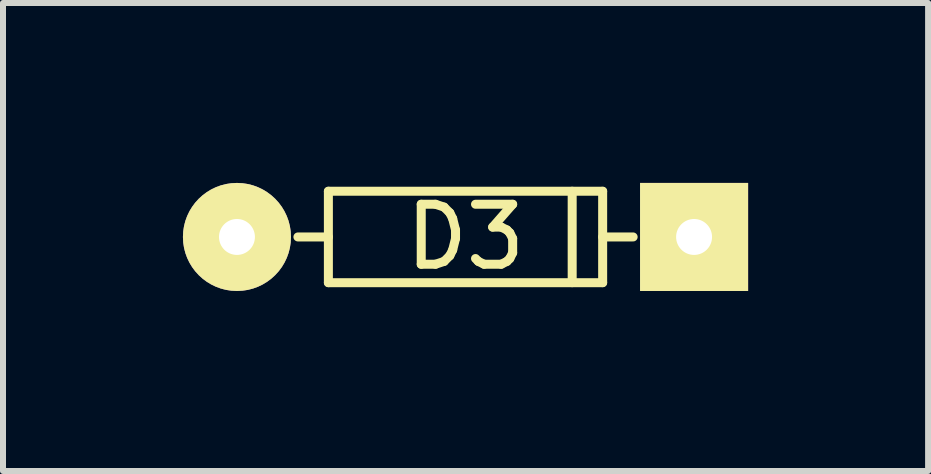
<source format=kicad_pcb>
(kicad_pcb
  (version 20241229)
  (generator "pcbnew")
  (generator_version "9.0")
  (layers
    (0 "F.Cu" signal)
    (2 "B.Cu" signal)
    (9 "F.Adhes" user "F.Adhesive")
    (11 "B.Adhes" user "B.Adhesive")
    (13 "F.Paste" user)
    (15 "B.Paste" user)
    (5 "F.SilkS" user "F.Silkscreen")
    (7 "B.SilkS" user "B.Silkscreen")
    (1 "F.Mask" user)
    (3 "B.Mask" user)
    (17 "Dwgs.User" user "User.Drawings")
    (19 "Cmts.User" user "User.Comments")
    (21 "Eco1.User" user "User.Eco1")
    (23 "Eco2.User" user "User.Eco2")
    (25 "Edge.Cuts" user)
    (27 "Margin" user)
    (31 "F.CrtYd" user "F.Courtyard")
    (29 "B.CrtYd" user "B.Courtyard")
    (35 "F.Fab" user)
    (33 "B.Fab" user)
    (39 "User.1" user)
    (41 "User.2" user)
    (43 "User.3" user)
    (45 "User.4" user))
  (footprint "D3"
    (layer "F.Cu")
    (at 3.44 0.9)
    (property "Reference" "D3" (at 1.27 0 0) (layer "F.SilkS") (effects (font (size 1 1) (thickness 0.15))))
    (attr through_hole)
    (fp_line (start -1.016 -0.762) (end 3.556 -0.762) (stroke (width 0.15) (type solid)) (layer "F.SilkS"))
    (fp_line (start -1.016 0) (end -1.524 0) (stroke (width 0.15) (type solid)) (layer "F.SilkS"))
    (fp_line (start -1.016 0.762) (end -1.016 -0.762) (stroke (width 0.15) (type solid)) (layer "F.SilkS"))
    (fp_line (start 3.048 -0.762) (end 3.048 0.762) (stroke (width 0.15) (type solid)) (layer "F.SilkS"))
    (fp_line (start 3.556 -0.762) (end 3.556 0.762) (stroke (width 0.15) (type solid)) (layer "F.SilkS"))
    (fp_line (start 3.556 0) (end 4.064 0) (stroke (width 0.15) (type solid)) (layer "F.SilkS"))
    (fp_line (start 3.556 0.762) (end -1.016 0.762) (stroke (width 0.15) (type solid)) (layer "F.SilkS"))
    (pad "1" thru_hole circle (at -2.54 0) (size 1.801 1.801) (drill 0.599) (layers "*.Cu" "*.Mask" "F.SilkS"))
    (pad "2" thru_hole rect (at 5.08 0) (size 1.801 1.801) (drill 0.599) (layers "*.Cu" "*.Mask" "F.SilkS")))
  (gr_rect
    (start -3 -3)
    (end 12.421 4.801)
    (stroke (width 0.1) (type default))
    (fill no)
    (layer "Edge.Cuts")))
</source>
